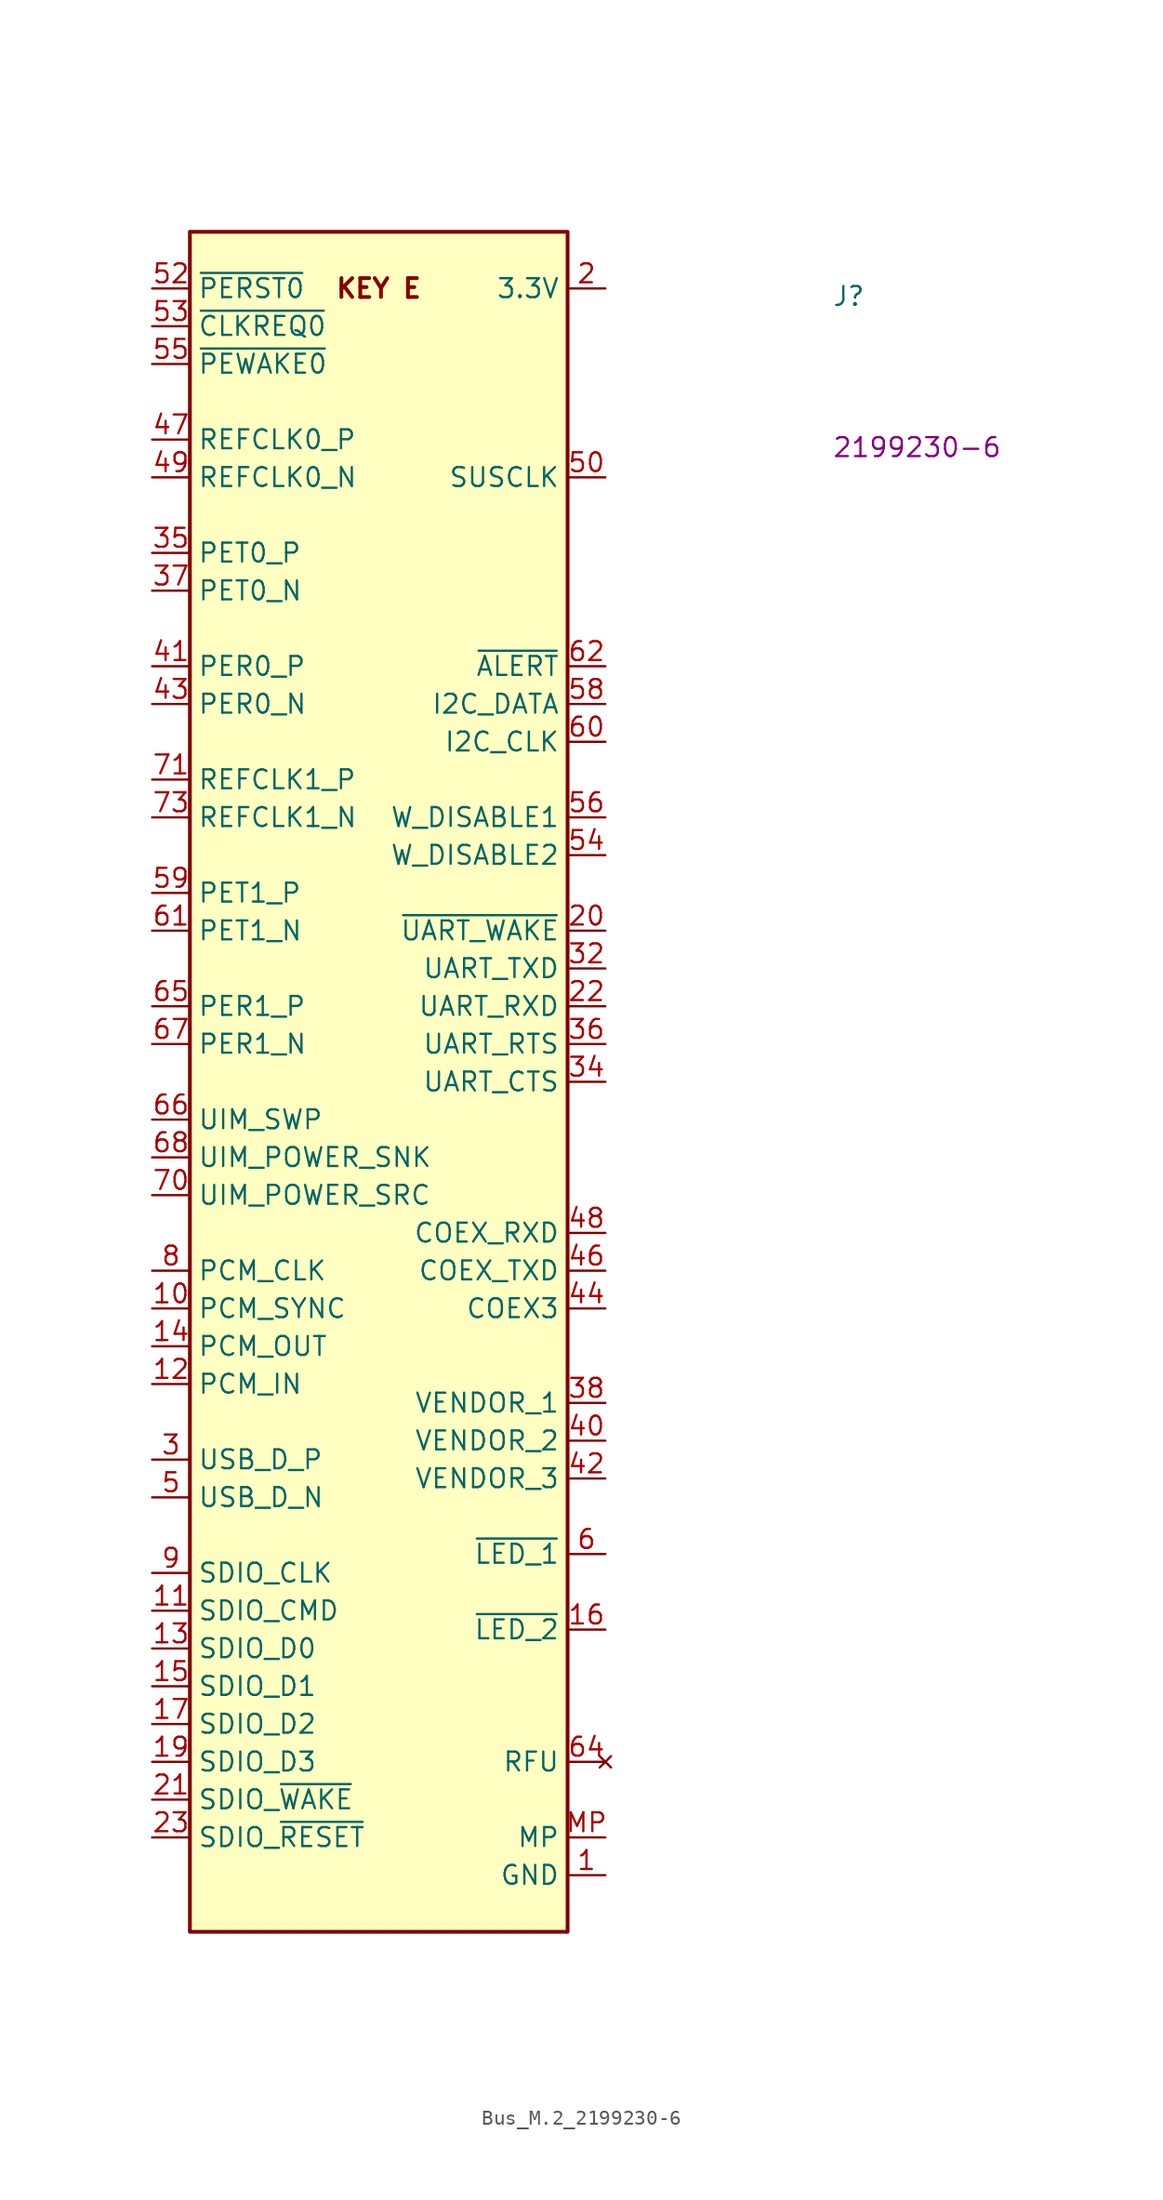
<source format=kicad_sym>
(kicad_symbol_lib
  (version 20220914)
  (generator kicad_symbol_editor)
  (symbol "Bus_M.2_2199230-6"
    (property "Reference" "J"
      (at 45.72 -1.27 0)
      (effects (font (size 1.27 1.27) (thickness 0.15)) (justify left bottom)))
    (property "MPN" "2199230-6 "
      (at 45.72 -11.43 0)
      (effects (font (size 1.27 1.27) (thickness 0.15)) (justify left bottom)))
    (symbol "Bus_M.2_2199230-6_0_0"
      (text "KEY E" (at 15.24 0 0) (effects (font (size 1.27 1.27) bold))))
    (symbol "Bus_M.2_2199230-6_1_1"
      (rectangle (start 2.54 3.81) (end 27.94 -110.49) (stroke (width 0.254) (type default)) (fill (type background)))
      (pin power_in line (at 30.48 -106.68 180) (length 2.54) (name "GND" (effects (font (size 1.27 1.27)))) (number "1" (effects (font (size 1.27 1.27)))))
      (pin bidirectional line (at 0 -68.58 0) (length 2.54) (name "PCM_SYNC" (effects (font (size 1.27 1.27)))) (number "10" (effects (font (size 1.27 1.27)))))
      (pin bidirectional line (at 0 -88.9 0) (length 2.54) (name "SDIO_CMD" (effects (font (size 1.27 1.27)))) (number "11" (effects (font (size 1.27 1.27)))))
      (pin bidirectional line (at 0 -73.66 0) (length 2.54) (name "PCM_IN" (effects (font (size 1.27 1.27)))) (number "12" (effects (font (size 1.27 1.27)))))
      (pin bidirectional line (at 0 -91.44 0) (length 2.54) (name "SDIO_D0" (effects (font (size 1.27 1.27)))) (number "13" (effects (font (size 1.27 1.27)))))
      (pin bidirectional line (at 0 -71.12 0) (length 2.54) (name "PCM_OUT" (effects (font (size 1.27 1.27)))) (number "14" (effects (font (size 1.27 1.27)))))
      (pin bidirectional line (at 0 -93.98 0) (length 2.54) (name "SDIO_D1" (effects (font (size 1.27 1.27)))) (number "15" (effects (font (size 1.27 1.27)))))
      (pin output line (at 30.48 -90.17 180) (length 2.54) (name "~{LED_2}" (effects (font (size 1.27 1.27)))) (number "16" (effects (font (size 1.27 1.27)))))
      (pin bidirectional line (at 0 -96.52 0) (length 2.54) (name "SDIO_D2" (effects (font (size 1.27 1.27)))) (number "17" (effects (font (size 1.27 1.27)))))
      (pin passive line (at 30.48 -106.68 180) (length 2.54) hide (name "GND" (effects (font (size 1.27 1.27)))) (number "18" (effects (font (size 1.27 1.27)))))
      (pin bidirectional line (at 0 -99.06 0) (length 2.54) (name "SDIO_D3" (effects (font (size 1.27 1.27)))) (number "19" (effects (font (size 1.27 1.27)))))
      (pin power_in line (at 30.48 0 180) (length 2.54) (name "3.3V" (effects (font (size 1.27 1.27)))) (number "2" (effects (font (size 1.27 1.27)))))
      (pin output line (at 30.48 -43.18 180) (length 2.54) (name "~{UART_WAKE}" (effects (font (size 1.27 1.27)))) (number "20" (effects (font (size 1.27 1.27)))))
      (pin bidirectional line (at 0 -101.6 0) (length 2.54) (name "SDIO_~{WAKE}" (effects (font (size 1.27 1.27)))) (number "21" (effects (font (size 1.27 1.27)))))
      (pin bidirectional line (at 30.48 -48.26 180) (length 2.54) (name "UART_RXD" (effects (font (size 1.27 1.27)))) (number "22" (effects (font (size 1.27 1.27)))))
      (pin input line (at 0 -104.14 0) (length 2.54) (name "SDIO_~{RESET}" (effects (font (size 1.27 1.27)))) (number "23" (effects (font (size 1.27 1.27)))))
      (pin bidirectional line (at 0 -78.74 0) (length 2.54) (name "USB_D_P" (effects (font (size 1.27 1.27)))) (number "3" (effects (font (size 1.27 1.27)))))
      (pin bidirectional line (at 30.48 -45.72 180) (length 2.54) (name "UART_TXD" (effects (font (size 1.27 1.27)))) (number "32" (effects (font (size 1.27 1.27)))))
      (pin passive line (at 30.48 -106.68 180) (length 2.54) hide (name "GND" (effects (font (size 1.27 1.27)))) (number "33" (effects (font (size 1.27 1.27)))))
      (pin bidirectional line (at 30.48 -53.34 180) (length 2.54) (name "UART_CTS" (effects (font (size 1.27 1.27)))) (number "34" (effects (font (size 1.27 1.27)))))
      (pin input line (at 0 -17.78 0) (length 2.54) (name "PET0_P" (effects (font (size 1.27 1.27)))) (number "35" (effects (font (size 1.27 1.27)))))
      (pin bidirectional line (at 30.48 -50.8 180) (length 2.54) (name "UART_RTS" (effects (font (size 1.27 1.27)))) (number "36" (effects (font (size 1.27 1.27)))))
      (pin input line (at 0 -20.32 0) (length 2.54) (name "PET0_N" (effects (font (size 1.27 1.27)))) (number "37" (effects (font (size 1.27 1.27)))))
      (pin bidirectional line (at 30.48 -74.93 180) (length 2.54) (name "VENDOR_1" (effects (font (size 1.27 1.27)))) (number "38" (effects (font (size 1.27 1.27)))))
      (pin passive line (at 30.48 -106.68 180) (length 2.54) hide (name "GND" (effects (font (size 1.27 1.27)))) (number "39" (effects (font (size 1.27 1.27)))))
      (pin passive line (at 30.48 0 180) (length 2.54) hide (name "3.3V" (effects (font (size 1.27 1.27)))) (number "4" (effects (font (size 1.27 1.27)))))
      (pin bidirectional line (at 30.48 -77.47 180) (length 2.54) (name "VENDOR_2" (effects (font (size 1.27 1.27)))) (number "40" (effects (font (size 1.27 1.27)))))
      (pin output line (at 0 -25.4 0) (length 2.54) (name "PER0_P" (effects (font (size 1.27 1.27)))) (number "41" (effects (font (size 1.27 1.27)))))
      (pin bidirectional line (at 30.48 -80.01 180) (length 2.54) (name "VENDOR_3" (effects (font (size 1.27 1.27)))) (number "42" (effects (font (size 1.27 1.27)))))
      (pin output line (at 0 -27.94 0) (length 2.54) (name "PER0_N" (effects (font (size 1.27 1.27)))) (number "43" (effects (font (size 1.27 1.27)))))
      (pin bidirectional line (at 30.48 -68.58 180) (length 2.54) (name "COEX3" (effects (font (size 1.27 1.27)))) (number "44" (effects (font (size 1.27 1.27)))))
      (pin passive line (at 30.48 -106.68 180) (length 2.54) hide (name "GND" (effects (font (size 1.27 1.27)))) (number "45" (effects (font (size 1.27 1.27)))))
      (pin bidirectional line (at 30.48 -66.04 180) (length 2.54) (name "COEX_TXD" (effects (font (size 1.27 1.27)))) (number "46" (effects (font (size 1.27 1.27)))))
      (pin input line (at 0 -10.16 0) (length 2.54) (name "REFCLK0_P" (effects (font (size 1.27 1.27)))) (number "47" (effects (font (size 1.27 1.27)))))
      (pin bidirectional line (at 30.48 -63.5 180) (length 2.54) (name "COEX_RXD" (effects (font (size 1.27 1.27)))) (number "48" (effects (font (size 1.27 1.27)))))
      (pin input line (at 0 -12.7 0) (length 2.54) (name "REFCLK0_N" (effects (font (size 1.27 1.27)))) (number "49" (effects (font (size 1.27 1.27)))))
      (pin bidirectional line (at 0 -81.28 0) (length 2.54) (name "USB_D_N" (effects (font (size 1.27 1.27)))) (number "5" (effects (font (size 1.27 1.27)))))
      (pin input line (at 30.48 -12.7 180) (length 2.54) (name "SUSCLK" (effects (font (size 1.27 1.27)))) (number "50" (effects (font (size 1.27 1.27)))))
      (pin passive line (at 30.48 -106.68 180) (length 2.54) hide (name "GND" (effects (font (size 1.27 1.27)))) (number "51" (effects (font (size 1.27 1.27)))))
      (pin input line (at 0 0 0) (length 2.54) (name "~{PERST0}" (effects (font (size 1.27 1.27)))) (number "52" (effects (font (size 1.27 1.27)))))
      (pin output line (at 0 -2.54 0) (length 2.54) (name "~{CLKREQ0}" (effects (font (size 1.27 1.27)))) (number "53" (effects (font (size 1.27 1.27)))))
      (pin input line (at 30.48 -38.1 180) (length 2.54) (name "W_DISABLE2" (effects (font (size 1.27 1.27)))) (number "54" (effects (font (size 1.27 1.27)))))
      (pin output line (at 0 -5.08 0) (length 2.54) (name "~{PEWAKE0}" (effects (font (size 1.27 1.27)))) (number "55" (effects (font (size 1.27 1.27)))))
      (pin input line (at 30.48 -35.56 180) (length 2.54) (name "W_DISABLE1" (effects (font (size 1.27 1.27)))) (number "56" (effects (font (size 1.27 1.27)))))
      (pin passive line (at 30.48 -106.68 180) (length 2.54) hide (name "GND" (effects (font (size 1.27 1.27)))) (number "57" (effects (font (size 1.27 1.27)))))
      (pin bidirectional line (at 30.48 -27.94 180) (length 2.54) (name "I2C_DATA" (effects (font (size 1.27 1.27)))) (number "58" (effects (font (size 1.27 1.27)))))
      (pin input line (at 0 -40.64 0) (length 2.54) (name "PET1_P" (effects (font (size 1.27 1.27)))) (number "59" (effects (font (size 1.27 1.27)))))
      (pin output line (at 30.48 -85.09 180) (length 2.54) (name "~{LED_1}" (effects (font (size 1.27 1.27)))) (number "6" (effects (font (size 1.27 1.27)))))
      (pin bidirectional line (at 30.48 -30.48 180) (length 2.54) (name "I2C_CLK" (effects (font (size 1.27 1.27)))) (number "60" (effects (font (size 1.27 1.27)))))
      (pin input line (at 0 -43.18 0) (length 2.54) (name "PET1_N" (effects (font (size 1.27 1.27)))) (number "61" (effects (font (size 1.27 1.27)))))
      (pin output line (at 30.48 -25.4 180) (length 2.54) (name "~{ALERT}" (effects (font (size 1.27 1.27)))) (number "62" (effects (font (size 1.27 1.27)))))
      (pin passive line (at 30.48 -106.68 180) (length 2.54) hide (name "GND" (effects (font (size 1.27 1.27)))) (number "63" (effects (font (size 1.27 1.27)))))
      (pin no_connect line (at 30.48 -99.06 180) (length 2.54) (name "RFU" (effects (font (size 1.27 1.27)))) (number "64" (effects (font (size 1.27 1.27)))))
      (pin output line (at 0 -48.26 0) (length 2.54) (name "PER1_P" (effects (font (size 1.27 1.27)))) (number "65" (effects (font (size 1.27 1.27)))))
      (pin bidirectional line (at 0 -55.88 0) (length 2.54) (name "UIM_SWP" (effects (font (size 1.27 1.27)))) (number "66" (effects (font (size 1.27 1.27)))))
      (pin output line (at 0 -50.8 0) (length 2.54) (name "PER1_N" (effects (font (size 1.27 1.27)))) (number "67" (effects (font (size 1.27 1.27)))))
      (pin bidirectional line (at 0 -58.42 0) (length 2.54) (name "UIM_POWER_SNK" (effects (font (size 1.27 1.27)))) (number "68" (effects (font (size 1.27 1.27)))))
      (pin passive line (at 30.48 -106.68 180) (length 2.54) hide (name "GND" (effects (font (size 1.27 1.27)))) (number "69" (effects (font (size 1.27 1.27)))))
      (pin passive line (at 30.48 -106.68 180) (length 2.54) hide (name "GND" (effects (font (size 1.27 1.27)))) (number "7" (effects (font (size 1.27 1.27)))))
      (pin bidirectional line (at 0 -60.96 0) (length 2.54) (name "UIM_POWER_SRC" (effects (font (size 1.27 1.27)))) (number "70" (effects (font (size 1.27 1.27)))))
      (pin input line (at 0 -33.02 0) (length 2.54) (name "REFCLK1_P" (effects (font (size 1.27 1.27)))) (number "71" (effects (font (size 1.27 1.27)))))
      (pin passive line (at 30.48 0 180) (length 2.54) hide (name "3.3V" (effects (font (size 1.27 1.27)))) (number "72" (effects (font (size 1.27 1.27)))))
      (pin input line (at 0 -35.56 0) (length 2.54) (name "REFCLK1_N" (effects (font (size 1.27 1.27)))) (number "73" (effects (font (size 1.27 1.27)))))
      (pin passive line (at 30.48 0 180) (length 2.54) hide (name "3.3V" (effects (font (size 1.27 1.27)))) (number "74" (effects (font (size 1.27 1.27)))))
      (pin passive line (at 30.48 -106.68 180) (length 2.54) hide (name "GND" (effects (font (size 1.27 1.27)))) (number "75" (effects (font (size 1.27 1.27)))))
      (pin bidirectional line (at 0 -66.04 0) (length 2.54) (name "PCM_CLK" (effects (font (size 1.27 1.27)))) (number "8" (effects (font (size 1.27 1.27)))))
      (pin input line (at 0 -86.36 0) (length 2.54) (name "SDIO_CLK" (effects (font (size 1.27 1.27)))) (number "9" (effects (font (size 1.27 1.27)))))
      (pin passive line (at 30.48 -104.14 180) (length 2.54) (name "MP" (effects (font (size 1.27 1.27)))) (number "MP" (effects (font (size 1.27 1.27))))))))
</source>
